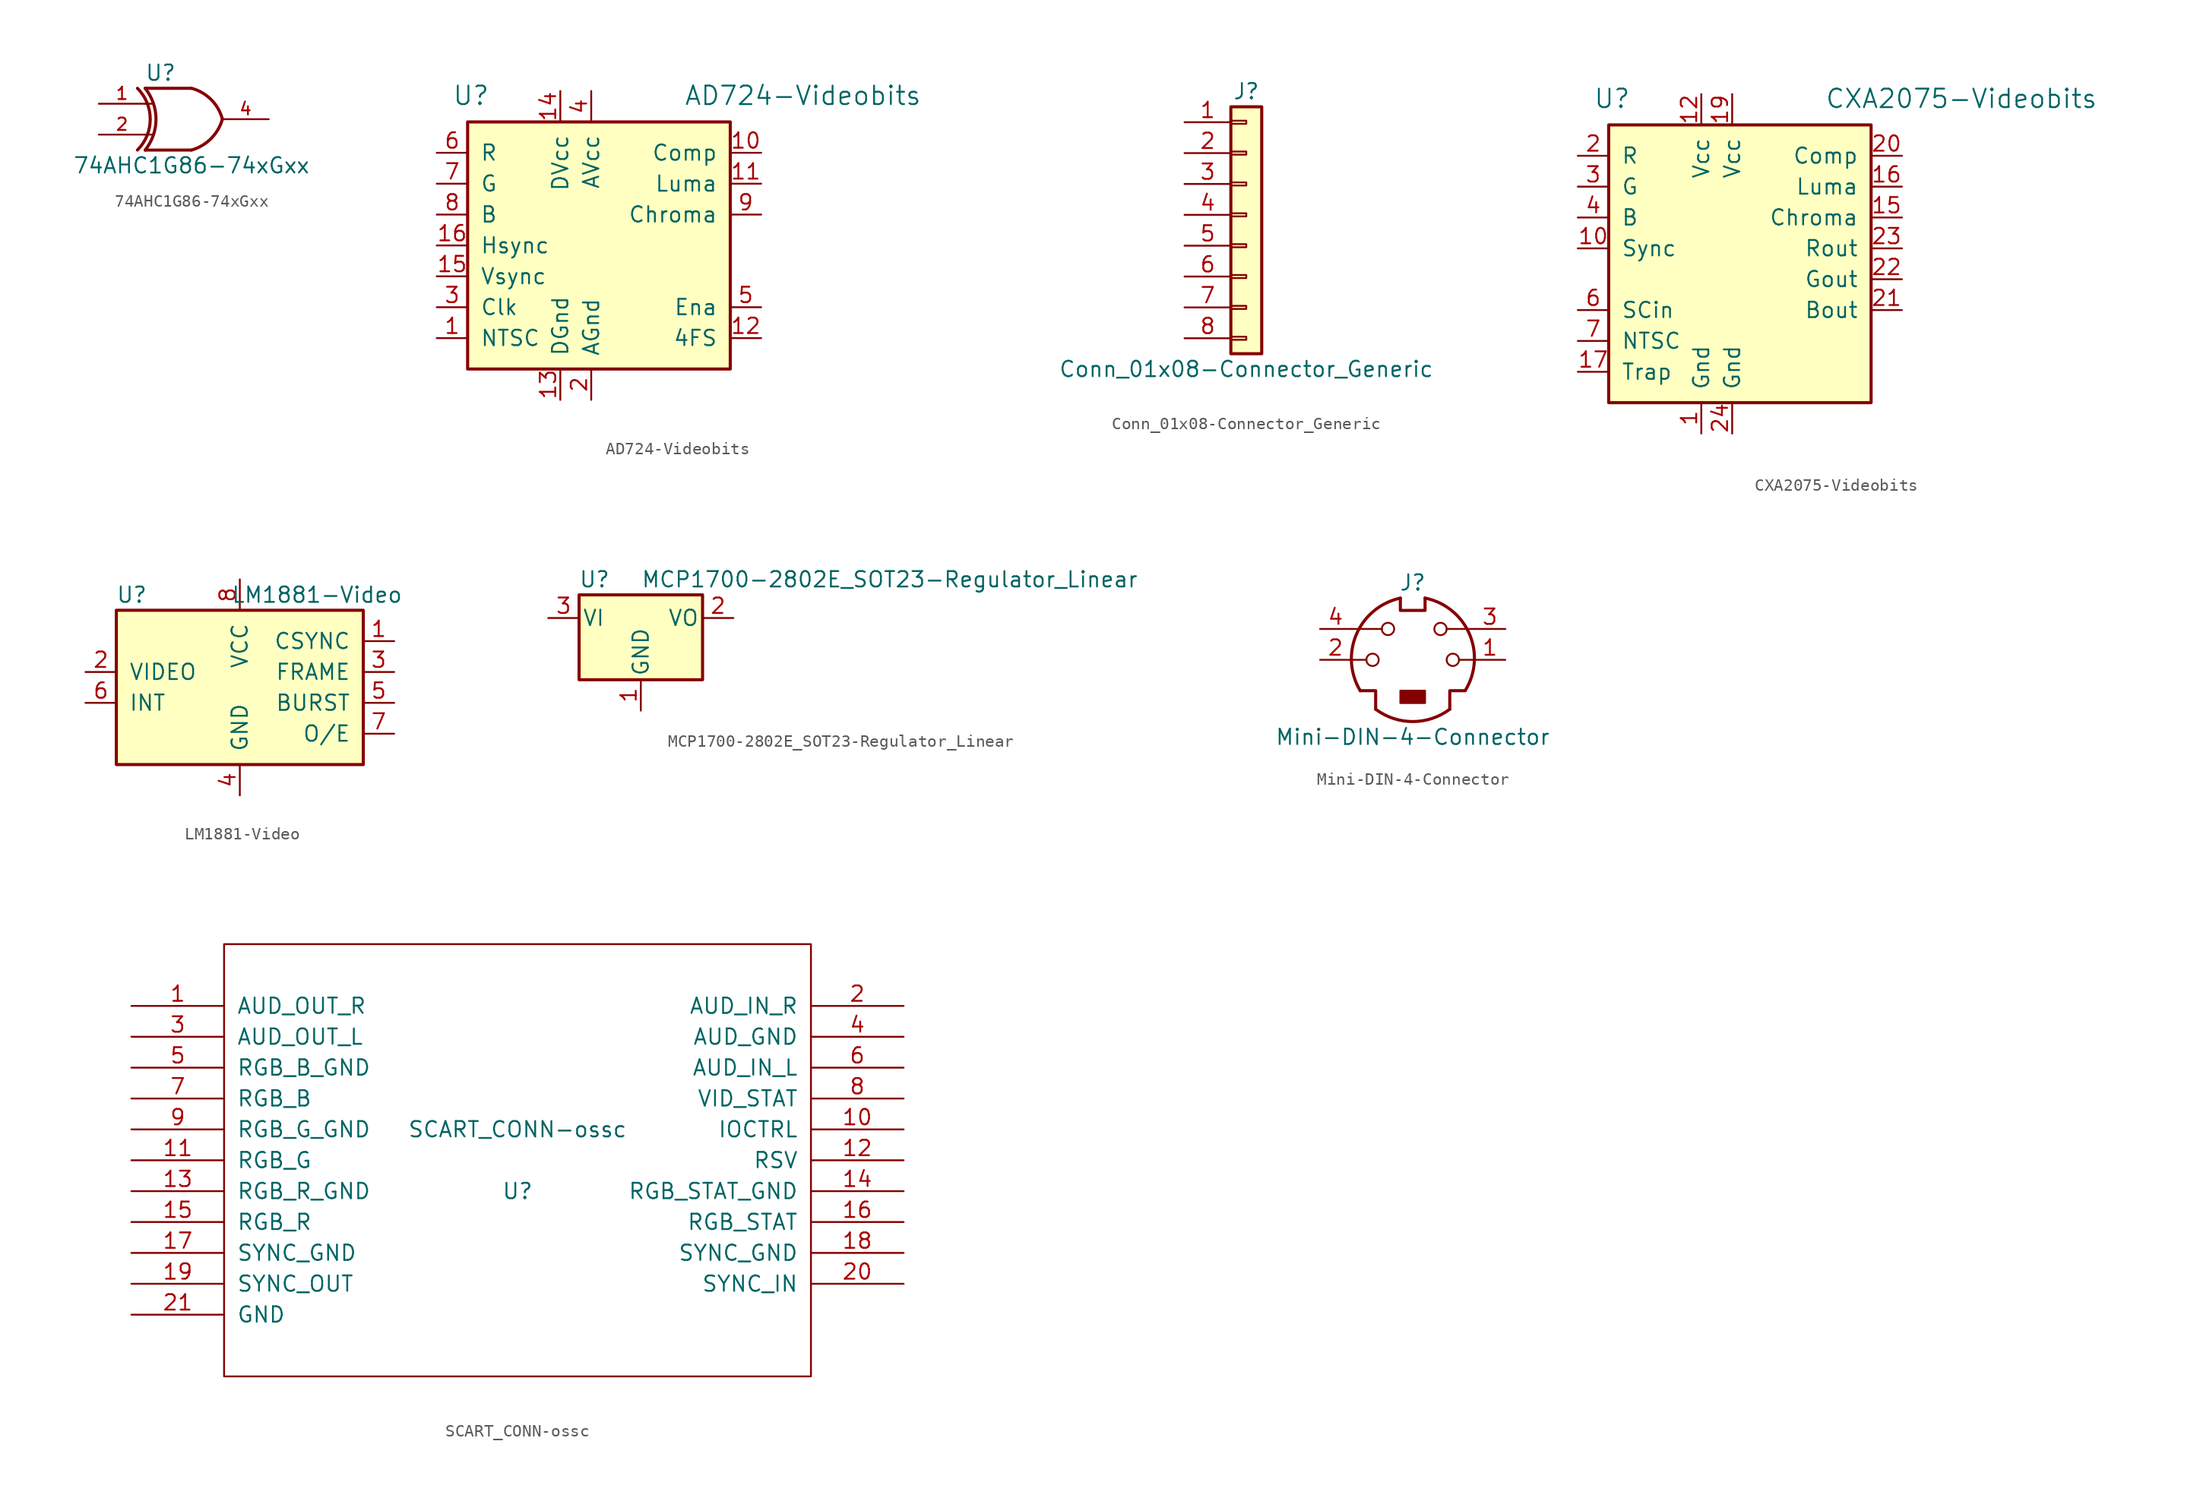
<source format=kicad_sym>
(kicad_symbol_lib
  (version 20220914)
  (generator kicad_symbol_editor)
  (symbol "74AHC1G86-74xGxx"
    (pin_names
      (offset 1.016))
    (property "Reference" "U"
      (at -2.54 3.81 0)
      (effects (font (size 1.27 1.27))))
    (property "Value" "74AHC1G86-74xGxx"
      (at 0 -3.81 0)
      (effects (font (size 1.27 1.27))))
    (symbol "74AHC1G86-74xGxx_0_1"
      (arc (start -4.445 -2.54) (mid -3.3929 0) (end -4.445 2.54) (stroke (width 0.254) (type solid)) (fill (type none)))
      (arc (start -3.81 -2.54) (mid -2.919 0) (end -3.81 2.54) (stroke (width 0.254) (type solid)) (fill (type none)))
      (arc (start 0 -2.54) (mid 1.5993 -1.6027) (end 2.54 0) (stroke (width 0.254) (type solid)) (fill (type none)))
      (polyline (pts (xy -3.81 -1.27) (xy -3.175 -1.27)) (stroke (width 0) (type solid)) (fill (type none)))
      (polyline (pts (xy -3.81 1.27) (xy -3.175 1.27)) (stroke (width 0) (type solid)) (fill (type none)))
      (polyline (pts (xy 0 -2.54) (xy -3.81 -2.54)) (stroke (width 0.254) (type solid)) (fill (type background)))
      (polyline (pts (xy 0 2.54) (xy -3.81 2.54)) (stroke (width 0.254) (type solid)) (fill (type background)))
      (arc (start 2.54 0) (mid 1.6119 1.6152) (end 0 2.54) (stroke (width 0.254) (type solid)) (fill (type none))))
    (symbol "74AHC1G86-74xGxx_1_1"
      (pin input line (at -7.62 1.27 0) (length 3.81) (name "~" (effects (font (size 1.016 1.016)))) (number "1" (effects (font (size 1.016 1.016)))))
      (pin input line (at -7.62 -1.27 0) (length 3.81) (name "~" (effects (font (size 1.016 1.016)))) (number "2" (effects (font (size 1.016 1.016)))))
      (pin power_in line (at 0 -2.54 270) (length 0) hide (name "GND" (effects (font (size 1.016 1.016)))) (number "3" (effects (font (size 1.016 1.016)))))
      (pin output line (at 6.35 0 180) (length 3.81) (name "~" (effects (font (size 1.016 1.016)))) (number "4" (effects (font (size 1.016 1.016)))))
      (pin power_in line (at 0 2.54 90) (length 0) hide (name "VCC" (effects (font (size 1.016 1.016)))) (number "5" (effects (font (size 1.016 1.016)))))))
  (symbol "AD724-Videobits"
    (pin_names
      (offset 1.016))
    (property "Reference" "U"
      (at -3.81 6.35 0)
      (effects (font (size 1.524 1.524)) (justify left bottom)))
    (property "Value" "AD724-Videobits"
      (at 15.24 6.35 0)
      (effects (font (size 1.524 1.524)) (justify left bottom)))
    (property "Footprint" ""
      (at 0 0 0)
      (effects (font (size 1.524 1.524))))
    (property "Datasheet" ""
      (at 0 0 0)
      (effects (font (size 1.524 1.524))))
    (symbol "AD724-Videobits_0_1"
      (rectangle (start -2.54 -15.24) (end 19.05 5.08) (stroke (width 0.254) (type solid)) (fill (type background)))
      (pin input line (at -5.08 -12.7 0) (length 2.54) (name "NTSC" (effects (font (size 1.27 1.27)))) (number "1" (effects (font (size 1.27 1.27)))))
      (pin output line (at 21.59 2.54 180) (length 2.54) (name "Comp" (effects (font (size 1.27 1.27)))) (number "10" (effects (font (size 1.27 1.27)))))
      (pin output line (at 21.59 0 180) (length 2.54) (name "Luma" (effects (font (size 1.27 1.27)))) (number "11" (effects (font (size 1.27 1.27)))))
      (pin passive line (at 21.59 -12.7 180) (length 2.54) (name "4FS" (effects (font (size 1.27 1.27)))) (number "12" (effects (font (size 1.27 1.27)))))
      (pin power_in line (at 5.08 -17.78 90) (length 2.54) (name "DGnd" (effects (font (size 1.27 1.27)))) (number "13" (effects (font (size 1.27 1.27)))))
      (pin power_in line (at 5.08 7.62 270) (length 2.54) (name "DVcc" (effects (font (size 1.27 1.27)))) (number "14" (effects (font (size 1.27 1.27)))))
      (pin input line (at -5.08 -7.62 0) (length 2.54) (name "Vsync" (effects (font (size 1.27 1.27)))) (number "15" (effects (font (size 1.27 1.27)))))
      (pin input line (at -5.08 -5.08 0) (length 2.54) (name "Hsync" (effects (font (size 1.27 1.27)))) (number "16" (effects (font (size 1.27 1.27)))))
      (pin power_in line (at 7.62 -17.78 90) (length 2.54) (name "AGnd" (effects (font (size 1.27 1.27)))) (number "2" (effects (font (size 1.27 1.27)))))
      (pin input line (at -5.08 -10.16 0) (length 2.54) (name "Clk" (effects (font (size 1.27 1.27)))) (number "3" (effects (font (size 1.27 1.27)))))
      (pin power_in line (at 7.62 7.62 270) (length 2.54) (name "AVcc" (effects (font (size 1.27 1.27)))) (number "4" (effects (font (size 1.27 1.27)))))
      (pin input line (at 21.59 -10.16 180) (length 2.54) (name "Ena" (effects (font (size 1.27 1.27)))) (number "5" (effects (font (size 1.27 1.27)))))
      (pin input line (at -5.08 2.54 0) (length 2.54) (name "R" (effects (font (size 1.27 1.27)))) (number "6" (effects (font (size 1.27 1.27)))))
      (pin input line (at -5.08 0 0) (length 2.54) (name "G" (effects (font (size 1.27 1.27)))) (number "7" (effects (font (size 1.27 1.27)))))
      (pin input line (at -5.08 -2.54 0) (length 2.54) (name "B" (effects (font (size 1.27 1.27)))) (number "8" (effects (font (size 1.27 1.27)))))
      (pin output line (at 21.59 -2.54 180) (length 2.54) (name "Chroma" (effects (font (size 1.27 1.27)))) (number "9" (effects (font (size 1.27 1.27)))))))
  (symbol "Conn_01x08-Connector_Generic"
    (pin_names
      (offset 1.016) hide)
    (property "Reference" "J"
      (at 0 10.16 0)
      (effects (font (size 1.27 1.27))))
    (property "Value" "Conn_01x08-Connector_Generic"
      (at 0 -12.7 0)
      (effects (font (size 1.27 1.27))))
    (symbol "Conn_01x08-Connector_Generic_1_1"
      (rectangle (start -1.27 -10.033) (end 0 -10.287) (stroke (width 0.152) (type solid)) (fill (type none)))
      (rectangle (start -1.27 -7.493) (end 0 -7.747) (stroke (width 0.152) (type solid)) (fill (type none)))
      (rectangle (start -1.27 -4.953) (end 0 -5.207) (stroke (width 0.152) (type solid)) (fill (type none)))
      (rectangle (start -1.27 -2.413) (end 0 -2.667) (stroke (width 0.152) (type solid)) (fill (type none)))
      (rectangle (start -1.27 0.127) (end 0 -0.127) (stroke (width 0.152) (type solid)) (fill (type none)))
      (rectangle (start -1.27 2.667) (end 0 2.413) (stroke (width 0.152) (type solid)) (fill (type none)))
      (rectangle (start -1.27 5.207) (end 0 4.953) (stroke (width 0.152) (type solid)) (fill (type none)))
      (rectangle (start -1.27 7.747) (end 0 7.493) (stroke (width 0.152) (type solid)) (fill (type none)))
      (rectangle (start -1.27 8.89) (end 1.27 -11.43) (stroke (width 0.254) (type solid)) (fill (type background)))
      (pin passive line (at -5.08 7.62 0) (length 3.81) (name "Pin_1" (effects (font (size 1.27 1.27)))) (number "1" (effects (font (size 1.27 1.27)))))
      (pin passive line (at -5.08 5.08 0) (length 3.81) (name "Pin_2" (effects (font (size 1.27 1.27)))) (number "2" (effects (font (size 1.27 1.27)))))
      (pin passive line (at -5.08 2.54 0) (length 3.81) (name "Pin_3" (effects (font (size 1.27 1.27)))) (number "3" (effects (font (size 1.27 1.27)))))
      (pin passive line (at -5.08 0 0) (length 3.81) (name "Pin_4" (effects (font (size 1.27 1.27)))) (number "4" (effects (font (size 1.27 1.27)))))
      (pin passive line (at -5.08 -2.54 0) (length 3.81) (name "Pin_5" (effects (font (size 1.27 1.27)))) (number "5" (effects (font (size 1.27 1.27)))))
      (pin passive line (at -5.08 -5.08 0) (length 3.81) (name "Pin_6" (effects (font (size 1.27 1.27)))) (number "6" (effects (font (size 1.27 1.27)))))
      (pin passive line (at -5.08 -7.62 0) (length 3.81) (name "Pin_7" (effects (font (size 1.27 1.27)))) (number "7" (effects (font (size 1.27 1.27)))))
      (pin passive line (at -5.08 -10.16 0) (length 3.81) (name "Pin_8" (effects (font (size 1.27 1.27)))) (number "8" (effects (font (size 1.27 1.27)))))))
  (symbol "CXA2075-Videobits"
    (pin_names
      (offset 1.016))
    (property "Reference" "U"
      (at -3.81 6.35 0)
      (effects (font (size 1.524 1.524)) (justify left bottom)))
    (property "Value" "CXA2075-Videobits"
      (at 15.24 6.35 0)
      (effects (font (size 1.524 1.524)) (justify left bottom)))
    (property "Footprint" ""
      (at 0 0 0)
      (effects (font (size 1.524 1.524))))
    (property "Datasheet" ""
      (at 0 0 0)
      (effects (font (size 1.524 1.524))))
    (symbol "CXA2075-Videobits_0_1"
      (rectangle (start -2.54 -17.78) (end 19.05 5.08) (stroke (width 0.254) (type solid)) (fill (type background)))
      (pin power_in line (at 5.08 -20.32 90) (length 2.54) (name "Gnd" (effects (font (size 1.27 1.27)))) (number "1" (effects (font (size 1.27 1.27)))))
      (pin input line (at -5.08 -5.08 0) (length 2.54) (name "Sync" (effects (font (size 1.27 1.27)))) (number "10" (effects (font (size 1.27 1.27)))))
      (pin power_in line (at 5.08 7.62 270) (length 2.54) (name "Vcc" (effects (font (size 1.27 1.27)))) (number "12" (effects (font (size 1.27 1.27)))))
      (pin output line (at 21.59 -2.54 180) (length 2.54) (name "Chroma" (effects (font (size 1.27 1.27)))) (number "15" (effects (font (size 1.27 1.27)))))
      (pin output line (at 21.59 0 180) (length 2.54) (name "Luma" (effects (font (size 1.27 1.27)))) (number "16" (effects (font (size 1.27 1.27)))))
      (pin input line (at -5.08 -15.24 0) (length 2.54) (name "Trap" (effects (font (size 1.27 1.27)))) (number "17" (effects (font (size 1.27 1.27)))))
      (pin power_in line (at 7.62 7.62 270) (length 2.54) (name "Vcc" (effects (font (size 1.27 1.27)))) (number "19" (effects (font (size 1.27 1.27)))))
      (pin input line (at -5.08 2.54 0) (length 2.54) (name "R" (effects (font (size 1.27 1.27)))) (number "2" (effects (font (size 1.27 1.27)))))
      (pin output line (at 21.59 2.54 180) (length 2.54) (name "Comp" (effects (font (size 1.27 1.27)))) (number "20" (effects (font (size 1.27 1.27)))))
      (pin output line (at 21.59 -10.16 180) (length 2.54) (name "Bout" (effects (font (size 1.27 1.27)))) (number "21" (effects (font (size 1.27 1.27)))))
      (pin output line (at 21.59 -7.62 180) (length 2.54) (name "Gout" (effects (font (size 1.27 1.27)))) (number "22" (effects (font (size 1.27 1.27)))))
      (pin output line (at 21.59 -5.08 180) (length 2.54) (name "Rout" (effects (font (size 1.27 1.27)))) (number "23" (effects (font (size 1.27 1.27)))))
      (pin power_in line (at 7.62 -20.32 90) (length 2.54) (name "Gnd" (effects (font (size 1.27 1.27)))) (number "24" (effects (font (size 1.27 1.27)))))
      (pin input line (at -5.08 0 0) (length 2.54) (name "G" (effects (font (size 1.27 1.27)))) (number "3" (effects (font (size 1.27 1.27)))))
      (pin input line (at -5.08 -2.54 0) (length 2.54) (name "B" (effects (font (size 1.27 1.27)))) (number "4" (effects (font (size 1.27 1.27)))))
      (pin input line (at -5.08 -10.16 0) (length 2.54) (name "SCin" (effects (font (size 1.27 1.27)))) (number "6" (effects (font (size 1.27 1.27)))))
      (pin input line (at -5.08 -12.7 0) (length 2.54) (name "NTSC" (effects (font (size 1.27 1.27)))) (number "7" (effects (font (size 1.27 1.27)))))))
  (symbol "LM1881-Video"
    (pin_names
      (offset 1.016))
    (property "Reference" "U"
      (at -8.89 8.89 0)
      (effects (font (size 1.27 1.27))))
    (property "Value" "LM1881-Video"
      (at 6.35 8.89 0)
      (effects (font (size 1.27 1.27))))
    (symbol "LM1881-Video_0_1"
      (rectangle (start -10.16 7.62) (end 10.16 -5.08) (stroke (width 0.254) (type solid)) (fill (type background))))
    (symbol "LM1881-Video_1_1"
      (pin output line (at 12.7 5.08 180) (length 2.54) (name "CSYNC" (effects (font (size 1.27 1.27)))) (number "1" (effects (font (size 1.27 1.27)))))
      (pin input line (at -12.7 2.54 0) (length 2.54) (name "VIDEO" (effects (font (size 1.27 1.27)))) (number "2" (effects (font (size 1.27 1.27)))))
      (pin output line (at 12.7 2.54 180) (length 2.54) (name "FRAME" (effects (font (size 1.27 1.27)))) (number "3" (effects (font (size 1.27 1.27)))))
      (pin power_in line (at 0 -7.62 90) (length 2.54) (name "GND" (effects (font (size 1.27 1.27)))) (number "4" (effects (font (size 1.27 1.27)))))
      (pin output line (at 12.7 0 180) (length 2.54) (name "BURST" (effects (font (size 1.27 1.27)))) (number "5" (effects (font (size 1.27 1.27)))))
      (pin input line (at -12.7 0 0) (length 2.54) (name "INT" (effects (font (size 1.27 1.27)))) (number "6" (effects (font (size 1.27 1.27)))))
      (pin output line (at 12.7 -2.54 180) (length 2.54) (name "O/E" (effects (font (size 1.27 1.27)))) (number "7" (effects (font (size 1.27 1.27)))))
      (pin power_in line (at 0 10.16 270) (length 2.54) (name "VCC" (effects (font (size 1.27 1.27)))) (number "8" (effects (font (size 1.27 1.27)))))))
  (symbol "MCP1700-2802E_SOT23-Regulator_Linear"
    (pin_names
      (offset 0.254))
    (property "Reference" "U"
      (at -3.81 3.175 0)
      (effects (font (size 1.27 1.27))))
    (property "Value" "MCP1700-2802E_SOT23-Regulator_Linear"
      (at 0 3.175 0)
      (effects (font (size 1.27 1.27)) (justify left)))
    (symbol "MCP1700-2802E_SOT23-Regulator_Linear_0_1"
      (rectangle (start -5.08 1.905) (end 5.08 -5.08) (stroke (width 0.254) (type solid)) (fill (type background))))
    (symbol "MCP1700-2802E_SOT23-Regulator_Linear_1_1"
      (pin power_in line (at 0 -7.62 90) (length 2.54) (name "GND" (effects (font (size 1.27 1.27)))) (number "1" (effects (font (size 1.27 1.27)))))
      (pin power_out line (at 7.62 0 180) (length 2.54) (name "VO" (effects (font (size 1.27 1.27)))) (number "2" (effects (font (size 1.27 1.27)))))
      (pin power_in line (at -7.62 0 0) (length 2.54) (name "VI" (effects (font (size 1.27 1.27)))) (number "3" (effects (font (size 1.27 1.27)))))))
  (symbol "Mini-DIN-4-Connector"
    (pin_names
      (offset 1.016))
    (property "Reference" "J"
      (at 0 6.35 0)
      (effects (font (size 1.27 1.27))))
    (property "Value" "Mini-DIN-4-Connector"
      (at 0 -6.35 0)
      (effects (font (size 1.27 1.27))))
    (symbol "Mini-DIN-4-Connector_0_1"
      (circle (center -3.302 0) (radius 0.508) (stroke (width 0) (type solid)) (fill (type none)))
      (arc (start -3.048 -4.064) (mid 0 -5.08) (end 3.048 -4.064) (stroke (width 0.254) (type solid)) (fill (type none)))
      (circle (center -2.032 2.54) (radius 0.508) (stroke (width 0) (type solid)) (fill (type none)))
      (rectangle (start -1.016 -2.54) (end 1.016 -3.556) (stroke (width 0) (type solid)) (fill (type outline)))
      (arc (start -1.016 5.08) (mid -4.6228 2.1214) (end -4.318 -2.54) (stroke (width 0.254) (type solid)) (fill (type none)))
      (polyline (pts (xy -3.81 0) (xy -5.08 0)) (stroke (width 0) (type solid)) (fill (type none)))
      (polyline (pts (xy -2.54 2.54) (xy -5.08 2.54)) (stroke (width 0) (type solid)) (fill (type none)))
      (polyline (pts (xy 2.794 2.54) (xy 5.08 2.54)) (stroke (width 0) (type solid)) (fill (type none)))
      (polyline (pts (xy 5.08 0) (xy 3.81 0)) (stroke (width 0) (type solid)) (fill (type none)))
      (polyline (pts (xy -4.318 -2.54) (xy -3.048 -2.54) (xy -3.048 -4.064)) (stroke (width 0.254) (type solid)) (fill (type none)))
      (polyline (pts (xy 4.318 -2.54) (xy 3.048 -2.54) (xy 3.048 -4.064)) (stroke (width 0.254) (type solid)) (fill (type none)))
      (polyline (pts (xy -1.016 5.08) (xy -1.016 4.064) (xy 1.016 4.064) (xy 1.016 5.08)) (stroke (width 0.254) (type solid)) (fill (type none)))
      (circle (center 2.286 2.54) (radius 0.508) (stroke (width 0) (type solid)) (fill (type none)))
      (circle (center 3.302 0) (radius 0.508) (stroke (width 0) (type solid)) (fill (type none)))
      (arc (start 4.318 -2.54) (mid 4.6661 2.1322) (end 1.016 5.08) (stroke (width 0.254) (type solid)) (fill (type none))))
    (symbol "Mini-DIN-4-Connector_1_1"
      (pin passive line (at 7.62 0 180) (length 2.54) (name "~" (effects (font (size 1.27 1.27)))) (number "1" (effects (font (size 1.27 1.27)))))
      (pin passive line (at -7.62 0 0) (length 2.54) (name "~" (effects (font (size 1.27 1.27)))) (number "2" (effects (font (size 1.27 1.27)))))
      (pin passive line (at 7.62 2.54 180) (length 2.54) (name "~" (effects (font (size 1.27 1.27)))) (number "3" (effects (font (size 1.27 1.27)))))
      (pin passive line (at -7.62 2.54 0) (length 2.54) (name "~" (effects (font (size 1.27 1.27)))) (number "4" (effects (font (size 1.27 1.27)))))))
  (symbol "SCART_CONN-ossc"
    (pin_names
      (offset 1.016))
    (property "Reference" "U"
      (at 0 -2.54 0)
      (effects (font (size 1.27 1.27))))
    (property "Value" "SCART_CONN-ossc"
      (at 0 2.54 0)
      (effects (font (size 1.27 1.27))))
    (symbol "SCART_CONN-ossc_1_0"
      (rectangle (start -24.13 -17.78) (end 24.13 17.78) (stroke (width 0) (type solid)) (fill (type none))))
    (symbol "SCART_CONN-ossc_1_1"
      (pin input line (at -31.75 12.7 0) (length 7.62) (name "AUD_OUT_R" (effects (font (size 1.27 1.27)))) (number "1" (effects (font (size 1.27 1.27)))))
      (pin output line (at 31.75 2.54 180) (length 7.62) (name "IOCTRL" (effects (font (size 1.27 1.27)))) (number "10" (effects (font (size 1.27 1.27)))))
      (pin output line (at -31.75 0 0) (length 7.62) (name "RGB_G" (effects (font (size 1.27 1.27)))) (number "11" (effects (font (size 1.27 1.27)))))
      (pin output line (at 31.75 0 180) (length 7.62) (name "RSV" (effects (font (size 1.27 1.27)))) (number "12" (effects (font (size 1.27 1.27)))))
      (pin power_in line (at -31.75 -2.54 0) (length 7.62) (name "RGB_R_GND" (effects (font (size 1.27 1.27)))) (number "13" (effects (font (size 1.27 1.27)))))
      (pin power_in line (at 31.75 -2.54 180) (length 7.62) (name "RGB_STAT_GND" (effects (font (size 1.27 1.27)))) (number "14" (effects (font (size 1.27 1.27)))))
      (pin output line (at -31.75 -5.08 0) (length 7.62) (name "RGB_R" (effects (font (size 1.27 1.27)))) (number "15" (effects (font (size 1.27 1.27)))))
      (pin output line (at 31.75 -5.08 180) (length 7.62) (name "RGB_STAT" (effects (font (size 1.27 1.27)))) (number "16" (effects (font (size 1.27 1.27)))))
      (pin output line (at -31.75 -7.62 0) (length 7.62) (name "SYNC_GND" (effects (font (size 1.27 1.27)))) (number "17" (effects (font (size 1.27 1.27)))))
      (pin output line (at 31.75 -7.62 180) (length 7.62) (name "SYNC_GND" (effects (font (size 1.27 1.27)))) (number "18" (effects (font (size 1.27 1.27)))))
      (pin input line (at -31.75 -10.16 0) (length 7.62) (name "SYNC_OUT" (effects (font (size 1.27 1.27)))) (number "19" (effects (font (size 1.27 1.27)))))
      (pin output line (at 31.75 12.7 180) (length 7.62) (name "AUD_IN_R" (effects (font (size 1.27 1.27)))) (number "2" (effects (font (size 1.27 1.27)))))
      (pin output line (at 31.75 -10.16 180) (length 7.62) (name "SYNC_IN" (effects (font (size 1.27 1.27)))) (number "20" (effects (font (size 1.27 1.27)))))
      (pin power_in line (at -31.75 -12.7 0) (length 7.62) (name "GND" (effects (font (size 1.27 1.27)))) (number "21" (effects (font (size 1.27 1.27)))))
      (pin input line (at -31.75 10.16 0) (length 7.62) (name "AUD_OUT_L" (effects (font (size 1.27 1.27)))) (number "3" (effects (font (size 1.27 1.27)))))
      (pin power_in line (at 31.75 10.16 180) (length 7.62) (name "AUD_GND" (effects (font (size 1.27 1.27)))) (number "4" (effects (font (size 1.27 1.27)))))
      (pin power_in line (at -31.75 7.62 0) (length 7.62) (name "RGB_B_GND" (effects (font (size 1.27 1.27)))) (number "5" (effects (font (size 1.27 1.27)))))
      (pin output line (at 31.75 7.62 180) (length 7.62) (name "AUD_IN_L" (effects (font (size 1.27 1.27)))) (number "6" (effects (font (size 1.27 1.27)))))
      (pin output line (at -31.75 5.08 0) (length 7.62) (name "RGB_B" (effects (font (size 1.27 1.27)))) (number "7" (effects (font (size 1.27 1.27)))))
      (pin output line (at 31.75 5.08 180) (length 7.62) (name "VID_STAT" (effects (font (size 1.27 1.27)))) (number "8" (effects (font (size 1.27 1.27)))))
      (pin power_in line (at -31.75 2.54 0) (length 7.62) (name "RGB_G_GND" (effects (font (size 1.27 1.27)))) (number "9" (effects (font (size 1.27 1.27))))))))
</source>
